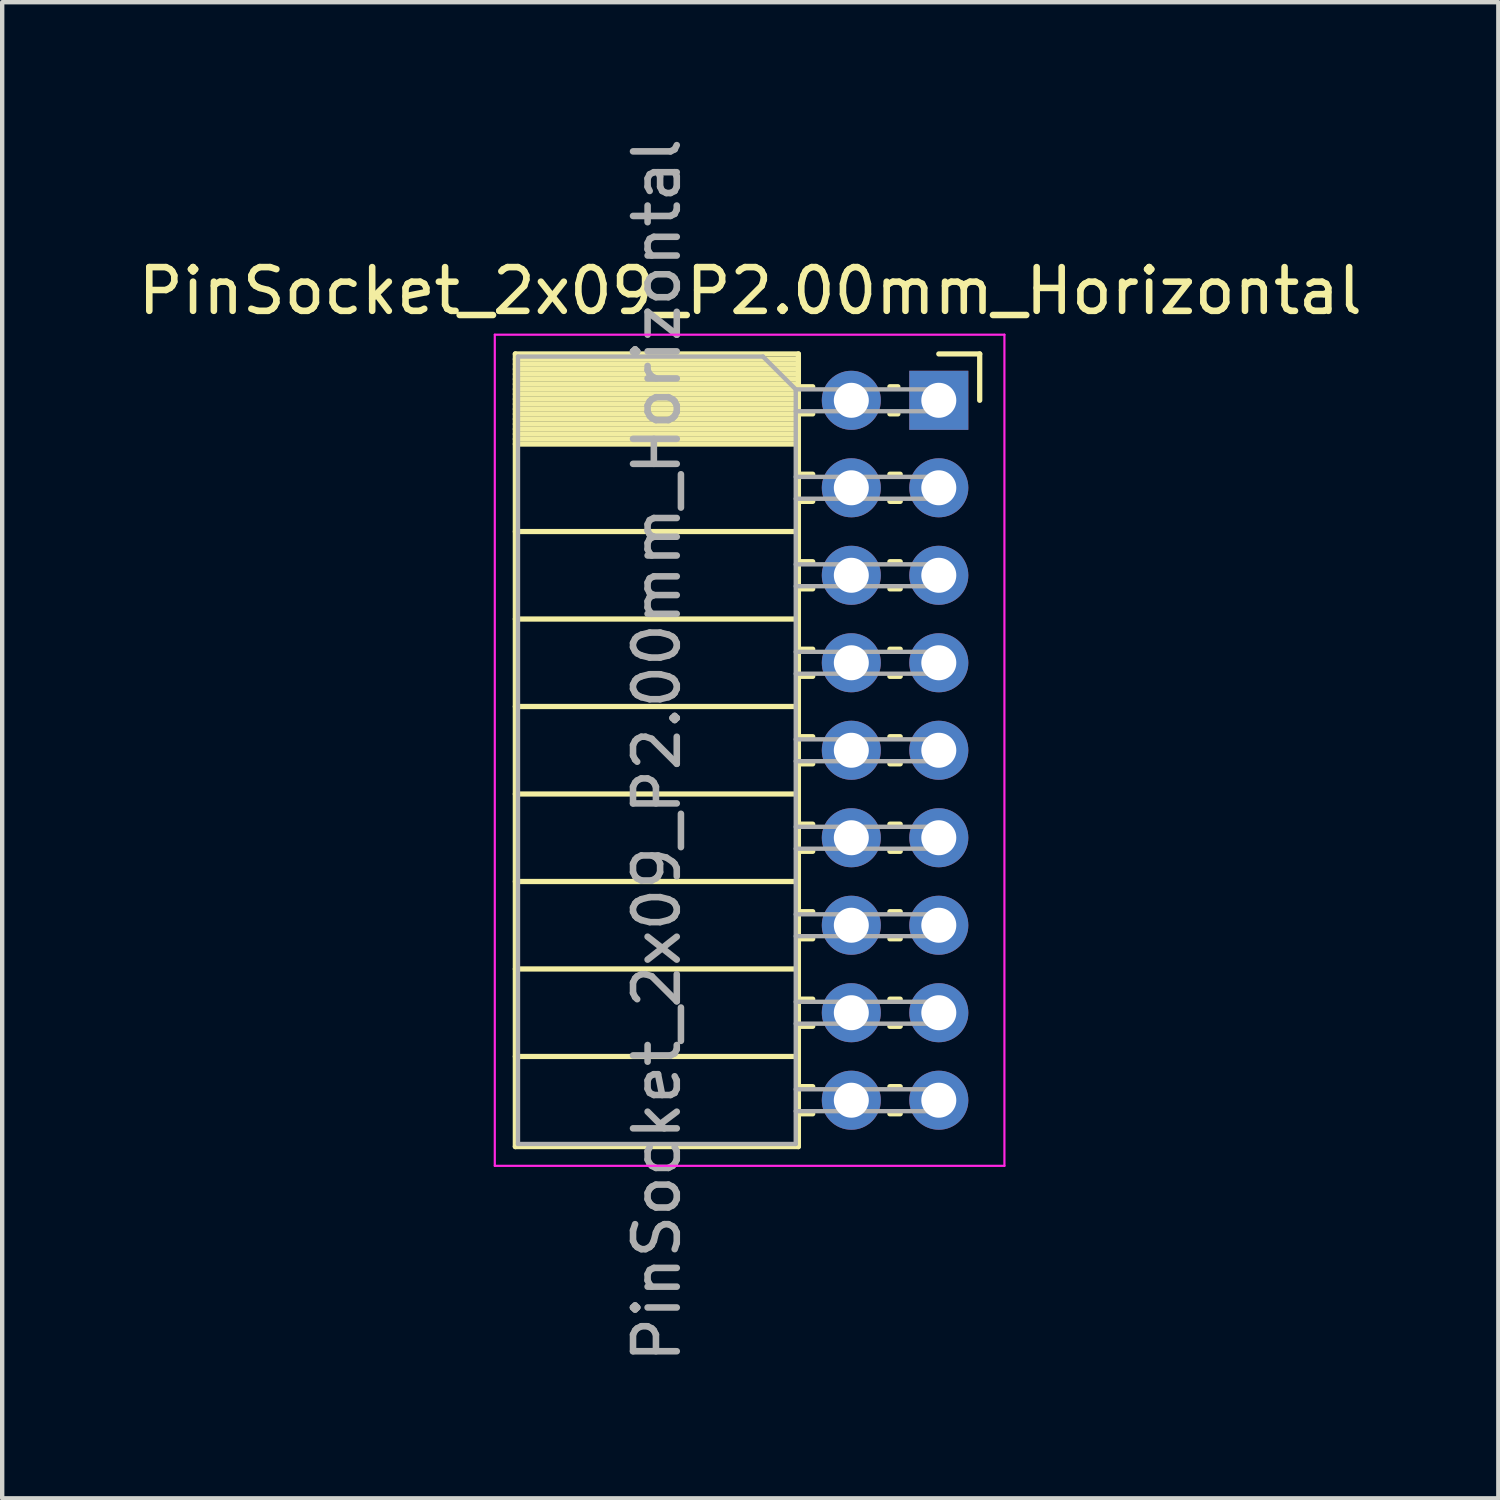
<source format=kicad_pcb>
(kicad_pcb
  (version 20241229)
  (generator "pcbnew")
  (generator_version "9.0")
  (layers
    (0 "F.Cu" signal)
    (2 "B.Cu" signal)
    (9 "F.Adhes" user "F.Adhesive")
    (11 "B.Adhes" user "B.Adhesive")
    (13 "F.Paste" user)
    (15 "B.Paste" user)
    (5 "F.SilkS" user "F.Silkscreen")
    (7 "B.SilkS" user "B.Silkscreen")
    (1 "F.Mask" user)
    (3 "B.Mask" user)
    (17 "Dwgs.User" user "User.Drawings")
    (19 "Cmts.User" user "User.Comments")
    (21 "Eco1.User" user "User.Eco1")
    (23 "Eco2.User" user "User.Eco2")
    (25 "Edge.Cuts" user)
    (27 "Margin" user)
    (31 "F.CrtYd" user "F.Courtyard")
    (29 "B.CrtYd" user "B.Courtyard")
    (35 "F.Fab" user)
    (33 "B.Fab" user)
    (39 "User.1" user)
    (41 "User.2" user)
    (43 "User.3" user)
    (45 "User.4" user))
  (footprint "PinSocket_2x09_P2.00mm_Horizontal"
    (layer "F.Cu")
    (at 18.411 6.101)
    (property "Reference" "PinSocket_2x09_P2.00mm_Horizontal" (at -4.31 -2.5 0) (layer "F.SilkS") (effects (font (size 1 1) (thickness 0.15))))
    (attr through_hole)
    (fp_line (start -9.68 -1.06) (end -9.68 17.06) (stroke (width 0.12) (type solid)) (layer "F.SilkS"))
    (fp_line (start -9.68 -1.06) (end -3.21 -1.06) (stroke (width 0.12) (type solid)) (layer "F.SilkS"))
    (fp_line (start -9.68 -0.94) (end -3.21 -0.94) (stroke (width 0.12) (type solid)) (layer "F.SilkS"))
    (fp_line (start -9.68 -0.826) (end -3.21 -0.826) (stroke (width 0.12) (type solid)) (layer "F.SilkS"))
    (fp_line (start -9.68 -0.712) (end -3.21 -0.712) (stroke (width 0.12) (type solid)) (layer "F.SilkS"))
    (fp_line (start -9.68 -0.598) (end -3.21 -0.598) (stroke (width 0.12) (type solid)) (layer "F.SilkS"))
    (fp_line (start -9.68 -0.484) (end -3.21 -0.484) (stroke (width 0.12) (type solid)) (layer "F.SilkS"))
    (fp_line (start -9.68 -0.369) (end -3.21 -0.369) (stroke (width 0.12) (type solid)) (layer "F.SilkS"))
    (fp_line (start -9.68 -0.255) (end -3.21 -0.255) (stroke (width 0.12) (type solid)) (layer "F.SilkS"))
    (fp_line (start -9.68 -0.141) (end -3.21 -0.141) (stroke (width 0.12) (type solid)) (layer "F.SilkS"))
    (fp_line (start -9.68 -0.027) (end -3.21 -0.027) (stroke (width 0.12) (type solid)) (layer "F.SilkS"))
    (fp_line (start -9.68 0.087) (end -3.21 0.087) (stroke (width 0.12) (type solid)) (layer "F.SilkS"))
    (fp_line (start -9.68 0.201) (end -3.21 0.201) (stroke (width 0.12) (type solid)) (layer "F.SilkS"))
    (fp_line (start -9.68 0.315) (end -3.21 0.315) (stroke (width 0.12) (type solid)) (layer "F.SilkS"))
    (fp_line (start -9.68 0.429) (end -3.21 0.429) (stroke (width 0.12) (type solid)) (layer "F.SilkS"))
    (fp_line (start -9.68 0.544) (end -3.21 0.544) (stroke (width 0.12) (type solid)) (layer "F.SilkS"))
    (fp_line (start -9.68 0.658) (end -3.21 0.658) (stroke (width 0.12) (type solid)) (layer "F.SilkS"))
    (fp_line (start -9.68 0.772) (end -3.21 0.772) (stroke (width 0.12) (type solid)) (layer "F.SilkS"))
    (fp_line (start -9.68 0.886) (end -3.21 0.886) (stroke (width 0.12) (type solid)) (layer "F.SilkS"))
    (fp_line (start -9.68 1) (end -3.21 1) (stroke (width 0.12) (type solid)) (layer "F.SilkS"))
    (fp_line (start -9.68 3) (end -3.21 3) (stroke (width 0.12) (type solid)) (layer "F.SilkS"))
    (fp_line (start -9.68 5) (end -3.21 5) (stroke (width 0.12) (type solid)) (layer "F.SilkS"))
    (fp_line (start -9.68 7) (end -3.21 7) (stroke (width 0.12) (type solid)) (layer "F.SilkS"))
    (fp_line (start -9.68 9) (end -3.21 9) (stroke (width 0.12) (type solid)) (layer "F.SilkS"))
    (fp_line (start -9.68 11) (end -3.21 11) (stroke (width 0.12) (type solid)) (layer "F.SilkS"))
    (fp_line (start -9.68 13) (end -3.21 13) (stroke (width 0.12) (type solid)) (layer "F.SilkS"))
    (fp_line (start -9.68 15) (end -3.21 15) (stroke (width 0.12) (type solid)) (layer "F.SilkS"))
    (fp_line (start -9.68 17.06) (end -3.21 17.06) (stroke (width 0.12) (type solid)) (layer "F.SilkS"))
    (fp_line (start -3.21 -1.06) (end -3.21 17.06) (stroke (width 0.12) (type solid)) (layer "F.SilkS"))
    (fp_line (start -3.21 -0.31) (end -2.882 -0.31) (stroke (width 0.12) (type solid)) (layer "F.SilkS"))
    (fp_line (start -3.21 0.31) (end -2.882 0.31) (stroke (width 0.12) (type solid)) (layer "F.SilkS"))
    (fp_line (start -3.21 1.69) (end -2.882 1.69) (stroke (width 0.12) (type solid)) (layer "F.SilkS"))
    (fp_line (start -3.21 2.31) (end -2.882 2.31) (stroke (width 0.12) (type solid)) (layer "F.SilkS"))
    (fp_line (start -3.21 3.69) (end -2.882 3.69) (stroke (width 0.12) (type solid)) (layer "F.SilkS"))
    (fp_line (start -3.21 4.31) (end -2.882 4.31) (stroke (width 0.12) (type solid)) (layer "F.SilkS"))
    (fp_line (start -3.21 5.69) (end -2.882 5.69) (stroke (width 0.12) (type solid)) (layer "F.SilkS"))
    (fp_line (start -3.21 6.31) (end -2.882 6.31) (stroke (width 0.12) (type solid)) (layer "F.SilkS"))
    (fp_line (start -3.21 7.69) (end -2.882 7.69) (stroke (width 0.12) (type solid)) (layer "F.SilkS"))
    (fp_line (start -3.21 8.31) (end -2.882 8.31) (stroke (width 0.12) (type solid)) (layer "F.SilkS"))
    (fp_line (start -3.21 9.69) (end -2.882 9.69) (stroke (width 0.12) (type solid)) (layer "F.SilkS"))
    (fp_line (start -3.21 10.31) (end -2.882 10.31) (stroke (width 0.12) (type solid)) (layer "F.SilkS"))
    (fp_line (start -3.21 11.69) (end -2.882 11.69) (stroke (width 0.12) (type solid)) (layer "F.SilkS"))
    (fp_line (start -3.21 12.31) (end -2.882 12.31) (stroke (width 0.12) (type solid)) (layer "F.SilkS"))
    (fp_line (start -3.21 13.69) (end -2.882 13.69) (stroke (width 0.12) (type solid)) (layer "F.SilkS"))
    (fp_line (start -3.21 14.31) (end -2.882 14.31) (stroke (width 0.12) (type solid)) (layer "F.SilkS"))
    (fp_line (start -3.21 15.69) (end -2.882 15.69) (stroke (width 0.12) (type solid)) (layer "F.SilkS"))
    (fp_line (start -3.21 16.31) (end -2.882 16.31) (stroke (width 0.12) (type solid)) (layer "F.SilkS"))
    (fp_line (start -1.118 -0.31) (end -0.935 -0.31) (stroke (width 0.12) (type solid)) (layer "F.SilkS"))
    (fp_line (start -1.118 0.31) (end -0.935 0.31) (stroke (width 0.12) (type solid)) (layer "F.SilkS"))
    (fp_line (start -1.118 1.69) (end -0.882 1.69) (stroke (width 0.12) (type solid)) (layer "F.SilkS"))
    (fp_line (start -1.118 2.31) (end -0.882 2.31) (stroke (width 0.12) (type solid)) (layer "F.SilkS"))
    (fp_line (start -1.118 3.69) (end -0.882 3.69) (stroke (width 0.12) (type solid)) (layer "F.SilkS"))
    (fp_line (start -1.118 4.31) (end -0.882 4.31) (stroke (width 0.12) (type solid)) (layer "F.SilkS"))
    (fp_line (start -1.118 5.69) (end -0.882 5.69) (stroke (width 0.12) (type solid)) (layer "F.SilkS"))
    (fp_line (start -1.118 6.31) (end -0.882 6.31) (stroke (width 0.12) (type solid)) (layer "F.SilkS"))
    (fp_line (start -1.118 7.69) (end -0.882 7.69) (stroke (width 0.12) (type solid)) (layer "F.SilkS"))
    (fp_line (start -1.118 8.31) (end -0.882 8.31) (stroke (width 0.12) (type solid)) (layer "F.SilkS"))
    (fp_line (start -1.118 9.69) (end -0.882 9.69) (stroke (width 0.12) (type solid)) (layer "F.SilkS"))
    (fp_line (start -1.118 10.31) (end -0.882 10.31) (stroke (width 0.12) (type solid)) (layer "F.SilkS"))
    (fp_line (start -1.118 11.69) (end -0.882 11.69) (stroke (width 0.12) (type solid)) (layer "F.SilkS"))
    (fp_line (start -1.118 12.31) (end -0.882 12.31) (stroke (width 0.12) (type solid)) (layer "F.SilkS"))
    (fp_line (start -1.118 13.69) (end -0.882 13.69) (stroke (width 0.12) (type solid)) (layer "F.SilkS"))
    (fp_line (start -1.118 14.31) (end -0.882 14.31) (stroke (width 0.12) (type solid)) (layer "F.SilkS"))
    (fp_line (start -1.118 15.69) (end -0.882 15.69) (stroke (width 0.12) (type solid)) (layer "F.SilkS"))
    (fp_line (start -1.118 16.31) (end -0.882 16.31) (stroke (width 0.12) (type solid)) (layer "F.SilkS"))
    (fp_line (start 0 -1.06) (end 0.935 -1.06) (stroke (width 0.12) (type solid)) (layer "F.SilkS"))
    (fp_line (start 0.935 -1.06) (end 0.935 0) (stroke (width 0.12) (type solid)) (layer "F.SilkS"))
    (fp_line (start -10.15 -1.5) (end -10.15 17.5) (stroke (width 0.05) (type solid)) (layer "F.CrtYd"))
    (fp_line (start -10.15 17.5) (end 1.5 17.5) (stroke (width 0.05) (type solid)) (layer "F.CrtYd"))
    (fp_line (start 1.5 -1.5) (end -10.15 -1.5) (stroke (width 0.05) (type solid)) (layer "F.CrtYd"))
    (fp_line (start 1.5 17.5) (end 1.5 -1.5) (stroke (width 0.05) (type solid)) (layer "F.CrtYd"))
    (fp_line (start -9.62 -1) (end -4.02 -1) (stroke (width 0.1) (type solid)) (layer "F.Fab"))
    (fp_line (start -9.62 17) (end -9.62 -1) (stroke (width 0.1) (type solid)) (layer "F.Fab"))
    (fp_line (start -4.02 -1) (end -3.27 -0.25) (stroke (width 0.1) (type solid)) (layer "F.Fab"))
    (fp_line (start -3.27 -0.25) (end -3.27 17) (stroke (width 0.1) (type solid)) (layer "F.Fab"))
    (fp_line (start -3.27 0.25) (end 0 0.25) (stroke (width 0.1) (type solid)) (layer "F.Fab"))
    (fp_line (start -3.27 2.25) (end 0 2.25) (stroke (width 0.1) (type solid)) (layer "F.Fab"))
    (fp_line (start -3.27 4.25) (end 0 4.25) (stroke (width 0.1) (type solid)) (layer "F.Fab"))
    (fp_line (start -3.27 6.25) (end 0 6.25) (stroke (width 0.1) (type solid)) (layer "F.Fab"))
    (fp_line (start -3.27 8.25) (end 0 8.25) (stroke (width 0.1) (type solid)) (layer "F.Fab"))
    (fp_line (start -3.27 10.25) (end 0 10.25) (stroke (width 0.1) (type solid)) (layer "F.Fab"))
    (fp_line (start -3.27 12.25) (end 0 12.25) (stroke (width 0.1) (type solid)) (layer "F.Fab"))
    (fp_line (start -3.27 14.25) (end 0 14.25) (stroke (width 0.1) (type solid)) (layer "F.Fab"))
    (fp_line (start -3.27 16.25) (end 0 16.25) (stroke (width 0.1) (type solid)) (layer "F.Fab"))
    (fp_line (start -3.27 17) (end -9.62 17) (stroke (width 0.1) (type solid)) (layer "F.Fab"))
    (fp_line (start 0 -0.25) (end -3.27 -0.25) (stroke (width 0.1) (type solid)) (layer "F.Fab"))
    (fp_line (start 0 0.25) (end 0 -0.25) (stroke (width 0.1) (type solid)) (layer "F.Fab"))
    (fp_line (start 0 1.75) (end -3.27 1.75) (stroke (width 0.1) (type solid)) (layer "F.Fab"))
    (fp_line (start 0 2.25) (end 0 1.75) (stroke (width 0.1) (type solid)) (layer "F.Fab"))
    (fp_line (start 0 3.75) (end -3.27 3.75) (stroke (width 0.1) (type solid)) (layer "F.Fab"))
    (fp_line (start 0 4.25) (end 0 3.75) (stroke (width 0.1) (type solid)) (layer "F.Fab"))
    (fp_line (start 0 5.75) (end -3.27 5.75) (stroke (width 0.1) (type solid)) (layer "F.Fab"))
    (fp_line (start 0 6.25) (end 0 5.75) (stroke (width 0.1) (type solid)) (layer "F.Fab"))
    (fp_line (start 0 7.75) (end -3.27 7.75) (stroke (width 0.1) (type solid)) (layer "F.Fab"))
    (fp_line (start 0 8.25) (end 0 7.75) (stroke (width 0.1) (type solid)) (layer "F.Fab"))
    (fp_line (start 0 9.75) (end -3.27 9.75) (stroke (width 0.1) (type solid)) (layer "F.Fab"))
    (fp_line (start 0 10.25) (end 0 9.75) (stroke (width 0.1) (type solid)) (layer "F.Fab"))
    (fp_line (start 0 11.75) (end -3.27 11.75) (stroke (width 0.1) (type solid)) (layer "F.Fab"))
    (fp_line (start 0 12.25) (end 0 11.75) (stroke (width 0.1) (type solid)) (layer "F.Fab"))
    (fp_line (start 0 13.75) (end -3.27 13.75) (stroke (width 0.1) (type solid)) (layer "F.Fab"))
    (fp_line (start 0 14.25) (end 0 13.75) (stroke (width 0.1) (type solid)) (layer "F.Fab"))
    (fp_line (start 0 15.75) (end -3.27 15.75) (stroke (width 0.1) (type solid)) (layer "F.Fab"))
    (fp_line (start 0 16.25) (end 0 15.75) (stroke (width 0.1) (type solid)) (layer "F.Fab"))
    (fp_text user "${REFERENCE}" (at -6.445 8 90) (layer "F.Fab") (effects (font (size 1 1) (thickness 0.15))))
    (pad "1" thru_hole rect (at 0 0) (size 1.35 1.35) (drill 0.8) (layers "*.Cu" "*.Mask"))
    (pad "2" thru_hole oval (at -2 0) (size 1.35 1.35) (drill 0.8) (layers "*.Cu" "*.Mask"))
    (pad "3" thru_hole oval (at 0 2) (size 1.35 1.35) (drill 0.8) (layers "*.Cu" "*.Mask"))
    (pad "4" thru_hole oval (at -2 2) (size 1.35 1.35) (drill 0.8) (layers "*.Cu" "*.Mask"))
    (pad "5" thru_hole oval (at 0 4) (size 1.35 1.35) (drill 0.8) (layers "*.Cu" "*.Mask"))
    (pad "6" thru_hole oval (at -2 4) (size 1.35 1.35) (drill 0.8) (layers "*.Cu" "*.Mask"))
    (pad "7" thru_hole oval (at 0 6) (size 1.35 1.35) (drill 0.8) (layers "*.Cu" "*.Mask"))
    (pad "8" thru_hole oval (at -2 6) (size 1.35 1.35) (drill 0.8) (layers "*.Cu" "*.Mask"))
    (pad "9" thru_hole oval (at 0 8) (size 1.35 1.35) (drill 0.8) (layers "*.Cu" "*.Mask"))
    (pad "10" thru_hole oval (at -2 8) (size 1.35 1.35) (drill 0.8) (layers "*.Cu" "*.Mask"))
    (pad "11" thru_hole oval (at 0 10) (size 1.35 1.35) (drill 0.8) (layers "*.Cu" "*.Mask"))
    (pad "12" thru_hole oval (at -2 10) (size 1.35 1.35) (drill 0.8) (layers "*.Cu" "*.Mask"))
    (pad "13" thru_hole oval (at 0 12) (size 1.35 1.35) (drill 0.8) (layers "*.Cu" "*.Mask"))
    (pad "14" thru_hole oval (at -2 12) (size 1.35 1.35) (drill 0.8) (layers "*.Cu" "*.Mask"))
    (pad "15" thru_hole oval (at 0 14) (size 1.35 1.35) (drill 0.8) (layers "*.Cu" "*.Mask"))
    (pad "16" thru_hole oval (at -2 14) (size 1.35 1.35) (drill 0.8) (layers "*.Cu" "*.Mask"))
    (pad "17" thru_hole oval (at 0 16) (size 1.35 1.35) (drill 0.8) (layers "*.Cu" "*.Mask"))
    (pad "18" thru_hole oval (at -2 16) (size 1.35 1.35) (drill 0.8) (layers "*.Cu" "*.Mask")))
  (gr_rect
    (start -3 -3)
    (end 31.202 31.202)
    (stroke (width 0.1) (type default))
    (fill no)
    (layer "Edge.Cuts")))
</source>
